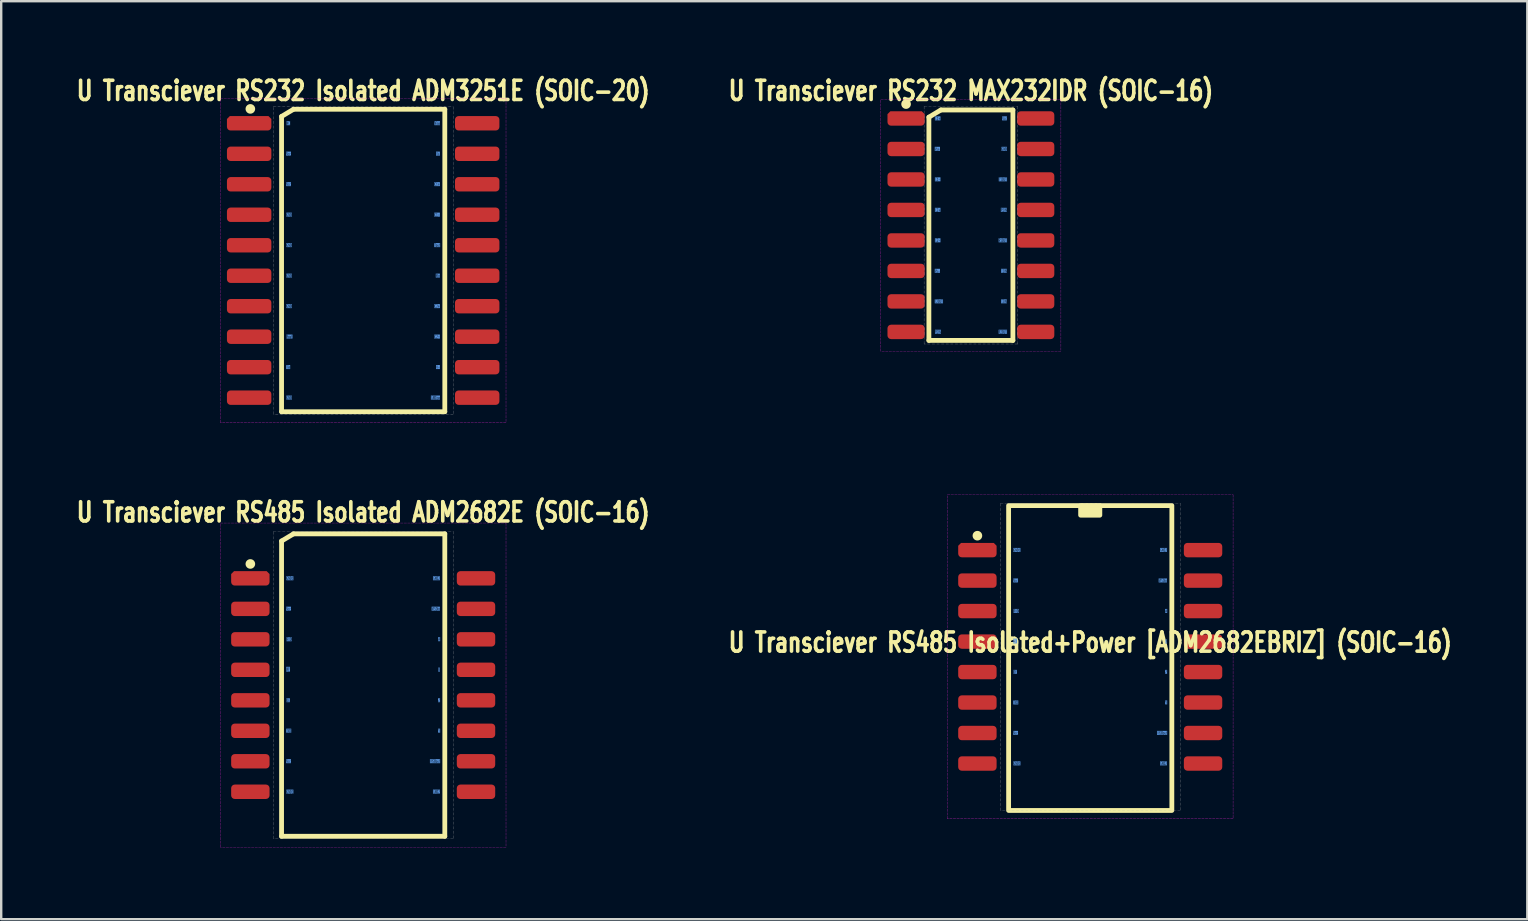
<source format=kicad_pcb>
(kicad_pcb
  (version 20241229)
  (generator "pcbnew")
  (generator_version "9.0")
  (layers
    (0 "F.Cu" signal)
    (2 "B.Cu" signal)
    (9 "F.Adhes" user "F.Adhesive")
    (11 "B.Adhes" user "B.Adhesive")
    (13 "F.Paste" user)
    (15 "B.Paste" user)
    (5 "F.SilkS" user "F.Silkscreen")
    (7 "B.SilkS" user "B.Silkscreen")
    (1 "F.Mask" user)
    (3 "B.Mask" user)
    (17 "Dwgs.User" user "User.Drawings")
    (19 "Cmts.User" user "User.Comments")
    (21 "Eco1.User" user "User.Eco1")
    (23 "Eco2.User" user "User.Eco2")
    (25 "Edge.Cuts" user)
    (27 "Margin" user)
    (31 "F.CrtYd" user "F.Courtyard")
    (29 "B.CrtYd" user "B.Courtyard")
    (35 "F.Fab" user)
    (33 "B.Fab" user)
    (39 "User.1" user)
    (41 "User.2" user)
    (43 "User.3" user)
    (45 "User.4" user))
  (footprint "U Transciever RS485 Isolated ADM2682E (SOIC-16)"
    (layer "F.Cu")
    (at 12.079 25.488)
    (property "Reference" "U Transciever RS485 Isolated ADM2682E (SOIC-16)" (at 0 -7.2 0) (layer "F.SilkS") (effects (font (size 0.8 0.6) (thickness 0.15))))
    (attr smd)
    (fp_line (start -3.4 -6) (end -2.9 -6.3) (stroke (width 0.2) (type default)) (layer "F.SilkS"))
    (fp_line (start -3.4 6.3) (end -3.4 -6) (stroke (width 0.2) (type default)) (layer "F.SilkS"))
    (fp_line (start -2.9 -6.3) (end 3.4 -6.3) (stroke (width 0.2) (type default)) (layer "F.SilkS"))
    (fp_line (start 3.4 -6.3) (end 3.4 6.3) (stroke (width 0.2) (type default)) (layer "F.SilkS"))
    (fp_line (start 3.4 6.3) (end -3.4 6.3) (stroke (width 0.2) (type default)) (layer "F.SilkS"))
    (fp_circle (center -4.7 -5.045) (end -4.55 -5.045) (stroke (width 0.1) (type solid)) (fill yes) (layer "F.SilkS"))
    (fp_rect (start -5.95 -6.75) (end 5.95 6.75) (stroke (width 0.01) (type dash)) (fill no) (layer "F.CrtYd"))
    (fp_rect (start -3.75 -6.4) (end 3.75 6.4) (stroke (width 0.01) (type dash_dot)) (fill no) (layer "F.Fab"))
    (fp_text user "GND1" (at -3.2 4.445 0) (layer "Cmts.User" knockout) (effects (font (size 0.13 0.07) (thickness 0.01)) (justify left)))
    (fp_text user "TXD" (at -3.2 1.905 0) (layer "Cmts.User" knockout) (effects (font (size 0.13 0.07) (thickness 0.01)) (justify left)))
    (fp_text user "Vcc" (at -3.2 -3.175 0) (layer "Cmts.User" knockout) (effects (font (size 0.13 0.07) (thickness 0.01)) (justify left)))
    (fp_text user "RXD" (at -3.2 -1.905 0) (layer "Cmts.User" knockout) (effects (font (size 0.13 0.07) (thickness 0.01)) (justify left)))
    (fp_text user "GND2" (at 3.2 4.445 0) (layer "Cmts.User" knockout) (effects (font (size 0.13 0.07) (thickness 0.01)) (justify right)))
    (fp_text user "Z" (at 3.2 0.635 0) (layer "Cmts.User" knockout) (effects (font (size 0.13 0.07) (thickness 0.01) (bold yes)) (justify right)))
    (fp_text user "VISOin" (at 3.2 -3.175 0) (layer "Cmts.User" knockout) (effects (font (size 0.13 0.07) (thickness 0.01)) (justify right)))
    (fp_text user "GND2" (at 3.2 -4.445 0) (layer "Cmts.User" knockout) (effects (font (size 0.13 0.07) (thickness 0.01) (bold yes)) (justify right)))
    (fp_text user "GND1" (at -3.2 -4.445 0) (layer "Cmts.User" knockout) (effects (font (size 0.13 0.07) (thickness 0.01) (bold yes)) (justify left)))
    (fp_text user "VISOout" (at 3.2 3.175 0) (layer "Cmts.User" knockout) (effects (font (size 0.13 0.07) (thickness 0.01)) (justify right)))
    (fp_text user "Y" (at 3.2 1.905 0) (layer "Cmts.User" knockout) (effects (font (size 0.13 0.07) (thickness 0.01) (bold yes)) (justify right)))
    (fp_text user "DE" (at -3.2 0.635 0) (layer "Cmts.User" knockout) (effects (font (size 0.13 0.07) (thickness 0.01)) (justify left)))
    (fp_text user "B" (at 3.2 -0.635 0) (layer "Cmts.User" knockout) (effects (font (size 0.13 0.07) (thickness 0.01) (bold yes)) (justify right)))
    (fp_text user "A" (at 3.2 -1.905 0) (layer "Cmts.User" knockout) (effects (font (size 0.13 0.07) (thickness 0.01)) (justify right)))
    (fp_text user "~{RE}" (at -3.2 -0.635 0) (layer "Cmts.User" knockout) (effects (font (size 0.13 0.07) (thickness 0.01) (bold yes)) (justify left)))
    (fp_text user "Vcc" (at -3.2 3.175 0) (layer "Cmts.User" knockout) (effects (font (size 0.13 0.07) (thickness 0.01)) (justify left)))
    (pad "1" smd roundrect (at -4.7 -4.445) (size 1.6 0.6) (layers "F.Cu" "F.Mask" "F.Paste") (roundrect_rratio 0.25) (chamfer_ratio 0.2) (chamfer top_left top_right))
    (pad "2" smd roundrect (at -4.7 -3.175) (size 1.6 0.6) (layers "F.Cu" "F.Mask" "F.Paste") (roundrect_rratio 0.25))
    (pad "3" smd roundrect (at -4.7 -1.905) (size 1.6 0.6) (layers "F.Cu" "F.Mask" "F.Paste") (roundrect_rratio 0.25))
    (pad "4" smd roundrect (at -4.7 -0.635) (size 1.6 0.6) (layers "F.Cu" "F.Mask" "F.Paste") (roundrect_rratio 0.25))
    (pad "5" smd roundrect (at -4.7 0.635) (size 1.6 0.6) (layers "F.Cu" "F.Mask" "F.Paste") (roundrect_rratio 0.25))
    (pad "6" smd roundrect (at -4.7 1.905) (size 1.6 0.6) (layers "F.Cu" "F.Mask" "F.Paste") (roundrect_rratio 0.25))
    (pad "7" smd roundrect (at -4.7 3.175) (size 1.6 0.6) (layers "F.Cu" "F.Mask" "F.Paste") (roundrect_rratio 0.25))
    (pad "8" smd roundrect (at -4.7 4.445) (size 1.6 0.6) (layers "F.Cu" "F.Mask" "F.Paste") (roundrect_rratio 0.25))
    (pad "9" smd roundrect (at 4.7 4.445) (size 1.6 0.6) (layers "F.Cu" "F.Mask" "F.Paste") (roundrect_rratio 0.25))
    (pad "10" smd roundrect (at 4.7 3.175) (size 1.6 0.6) (layers "F.Cu" "F.Mask" "F.Paste") (roundrect_rratio 0.25))
    (pad "11" smd roundrect (at 4.7 1.905) (size 1.6 0.6) (layers "F.Cu" "F.Mask" "F.Paste") (roundrect_rratio 0.25))
    (pad "12" smd roundrect (at 4.7 0.635) (size 1.6 0.6) (layers "F.Cu" "F.Mask" "F.Paste") (roundrect_rratio 0.25))
    (pad "13" smd roundrect (at 4.7 -0.635) (size 1.6 0.6) (layers "F.Cu" "F.Mask" "F.Paste") (roundrect_rratio 0.25))
    (pad "14" smd roundrect (at 4.7 -1.905) (size 1.6 0.6) (layers "F.Cu" "F.Mask" "F.Paste") (roundrect_rratio 0.25))
    (pad "15" smd roundrect (at 4.7 -3.175) (size 1.6 0.6) (layers "F.Cu" "F.Mask" "F.Paste") (roundrect_rratio 0.25))
    (pad "16" smd roundrect (at 4.7 -4.445) (size 1.6 0.6) (layers "F.Cu" "F.Mask" "F.Paste") (roundrect_rratio 0.25)))
  (footprint "U Transciever RS232 MAX232IDR (SOIC-16)"
    (layer "F.Cu")
    (at 37.395 6.331)
    (property "Reference" "U Transciever RS232 MAX232IDR (SOIC-16)" (at 0 -5.6 0) (layer "F.SilkS") (effects (font (size 0.8 0.6) (thickness 0.15))))
    (attr smd)
    (fp_line (start -1.75 -4.5) (end -1.25 -4.8) (stroke (width 0.2) (type default)) (layer "F.SilkS"))
    (fp_line (start -1.75 4.8) (end -1.75 -4.5) (stroke (width 0.2) (type default)) (layer "F.SilkS"))
    (fp_line (start -1.25 -4.8) (end 1.75 -4.8) (stroke (width 0.2) (type default)) (layer "F.SilkS"))
    (fp_line (start 1.75 -4.8) (end 1.75 4.8) (stroke (width 0.2) (type default)) (layer "F.SilkS"))
    (fp_line (start 1.75 4.8) (end -1.75 4.8) (stroke (width 0.2) (type default)) (layer "F.SilkS"))
    (fp_circle (center -2.7 -5.045) (end -2.55 -5.045) (stroke (width 0.1) (type solid)) (fill yes) (layer "F.SilkS"))
    (fp_rect (start -3.75 -5.25) (end 3.75 5.25) (stroke (width 0.01) (type dash)) (fill no) (layer "F.CrtYd"))
    (fp_rect (start -1.95 -4.95) (end 1.95 4.95) (stroke (width 0.01) (type dash_dot)) (fill no) (layer "F.Fab"))
    (fp_text user "C1-" (at -1.5 -1.905 0) (layer "Cmts.User" knockout) (effects (font (size 0.13 0.07) (thickness 0.01)) (justify left)))
    (fp_text user "Vs+" (at -1.5 -3.175 0) (layer "Cmts.User" knockout) (effects (font (size 0.13 0.07) (thickness 0.01)) (justify left)))
    (fp_text user "R1OUT" (at 1.5 0.635 0) (layer "Cmts.User" knockout) (effects (font (size 0.13 0.07) (thickness 0.01)) (justify right)))
    (fp_text user "GND" (at 1.5 -3.175 0) (layer "Cmts.User" knockout) (effects (font (size 0.13 0.07) (thickness 0.01) (bold yes)) (justify right)))
    (fp_text user "T2OUT" (at -1.5 3.175 0) (layer "Cmts.User" knockout) (effects (font (size 0.13 0.07) (thickness 0.01)) (justify left)))
    (fp_text user "Vcc" (at 1.5 -4.445 0) (layer "Cmts.User" knockout) (effects (font (size 0.13 0.07) (thickness 0.01) (bold yes)) (justify right)))
    (fp_text user "R1IN" (at 1.5 -0.635 0) (layer "Cmts.User" knockout) (effects (font (size 0.13 0.07) (thickness 0.01) (bold yes)) (justify right)))
    (fp_text user "T2IN" (at 1.5 3.175 0) (layer "Cmts.User" knockout) (effects (font (size 0.13 0.07) (thickness 0.01)) (justify right)))
    (fp_text user "C1+" (at -1.5 -4.445 0) (layer "Cmts.User" knockout) (effects (font (size 0.13 0.07) (thickness 0.01)) (justify left)))
    (fp_text user "T1OUT" (at 1.5 -1.905 0) (layer "Cmts.User" knockout) (effects (font (size 0.13 0.07) (thickness 0.01)) (justify right)))
    (fp_text user "R2IN" (at -1.5 4.445 0) (layer "Cmts.User" knockout) (effects (font (size 0.13 0.07) (thickness 0.01)) (justify left)))
    (fp_text user "T1IN" (at 1.5 1.905 0) (layer "Cmts.User" knockout) (effects (font (size 0.13 0.07) (thickness 0.01)) (justify right)))
    (fp_text user "C2-" (at -1.5 0.635 0) (layer "Cmts.User" knockout) (effects (font (size 0.13 0.07) (thickness 0.01)) (justify left)))
    (fp_text user "Vs-" (at -1.5 1.905 0) (layer "Cmts.User" knockout) (effects (font (size 0.13 0.07) (thickness 0.01)) (justify left)))
    (fp_text user "C2+" (at -1.5 -0.635 0) (layer "Cmts.User" knockout) (effects (font (size 0.13 0.07) (thickness 0.01)) (justify left)))
    (fp_text user "R2OUT" (at 1.5 4.445 0) (layer "Cmts.User" knockout) (effects (font (size 0.13 0.07) (thickness 0.01)) (justify right)))
    (pad "1" smd roundrect (at -2.7 -4.445) (size 1.55 0.6) (layers "F.Cu" "F.Mask" "F.Paste") (roundrect_rratio 0.25) (chamfer_ratio 0.2) (chamfer top_left top_right))
    (pad "2" smd roundrect (at -2.7 -3.175) (size 1.55 0.6) (layers "F.Cu" "F.Mask" "F.Paste") (roundrect_rratio 0.25))
    (pad "3" smd roundrect (at -2.7 -1.905) (size 1.55 0.6) (layers "F.Cu" "F.Mask" "F.Paste") (roundrect_rratio 0.25))
    (pad "4" smd roundrect (at -2.7 -0.635) (size 1.55 0.6) (layers "F.Cu" "F.Mask" "F.Paste") (roundrect_rratio 0.25))
    (pad "5" smd roundrect (at -2.7 0.635) (size 1.55 0.6) (layers "F.Cu" "F.Mask" "F.Paste") (roundrect_rratio 0.25))
    (pad "6" smd roundrect (at -2.7 1.905) (size 1.55 0.6) (layers "F.Cu" "F.Mask" "F.Paste") (roundrect_rratio 0.25))
    (pad "7" smd roundrect (at -2.7 3.175) (size 1.55 0.6) (layers "F.Cu" "F.Mask" "F.Paste") (roundrect_rratio 0.25))
    (pad "8" smd roundrect (at -2.7 4.445) (size 1.55 0.6) (layers "F.Cu" "F.Mask" "F.Paste") (roundrect_rratio 0.25))
    (pad "9" smd roundrect (at 2.7 4.445) (size 1.55 0.6) (layers "F.Cu" "F.Mask" "F.Paste") (roundrect_rratio 0.25))
    (pad "10" smd roundrect (at 2.7 3.175) (size 1.55 0.6) (layers "F.Cu" "F.Mask" "F.Paste") (roundrect_rratio 0.25))
    (pad "11" smd roundrect (at 2.7 1.905) (size 1.55 0.6) (layers "F.Cu" "F.Mask" "F.Paste") (roundrect_rratio 0.25))
    (pad "12" smd roundrect (at 2.7 0.635) (size 1.55 0.6) (layers "F.Cu" "F.Mask" "F.Paste") (roundrect_rratio 0.25))
    (pad "13" smd roundrect (at 2.7 -0.635) (size 1.55 0.6) (layers "F.Cu" "F.Mask" "F.Paste") (roundrect_rratio 0.25))
    (pad "14" smd roundrect (at 2.7 -1.905) (size 1.55 0.6) (layers "F.Cu" "F.Mask" "F.Paste") (roundrect_rratio 0.25))
    (pad "15" smd roundrect (at 2.7 -3.175) (size 1.55 0.6) (layers "F.Cu" "F.Mask" "F.Paste") (roundrect_rratio 0.25))
    (pad "16" smd roundrect (at 2.7 -4.445) (size 1.55 0.6) (layers "F.Cu" "F.Mask" "F.Paste") (roundrect_rratio 0.25)))
  (footprint "U Transciever RS485 Isolated+Power [ADM2682EBRIZ] (SOIC-16)"
    (layer "F.Cu")
    (at 42.366 24.311)
    (property "Reference" "U Transciever RS485 Isolated+Power [ADM2682EBRIZ] (SOIC-16)" (at 0 -0.6 0) (layer "F.SilkS") (effects (font (size 0.8 0.6) (thickness 0.15))))
    (attr smd)
    (fp_rect (start -3.4 -6.3) (end 3.4 6.4) (stroke (width 0.2) (type default)) (fill no) (layer "F.SilkS"))
    (fp_rect (start -0.4 -6.3) (end 0.4 -5.9) (stroke (width 0.2) (type solid)) (fill yes) (layer "F.SilkS"))
    (fp_circle (center -4.7 -5.045) (end -4.55 -5.045) (stroke (width 0.1) (type solid)) (fill yes) (layer "F.SilkS"))
    (fp_rect (start -5.95 -6.75) (end 5.95 6.75) (stroke (width 0.01) (type dash)) (fill no) (layer "F.CrtYd"))
    (fp_rect (start -3.75 -6.4) (end 3.75 6.4) (stroke (width 0.01) (type dash_dot)) (fill no) (layer "F.Fab"))
    (fp_text user "~{RE}" (at -3.2 -0.635 0) (layer "Cmts.User" knockout) (effects (font (size 0.13 0.07) (thickness 0.01) (bold yes)) (justify left)))
    (fp_text user "GND2" (at 3.2 4.445 0) (layer "Cmts.User" knockout) (effects (font (size 0.13 0.07) (thickness 0.01)) (justify right)))
    (fp_text user "GND1" (at -3.2 4.445 0) (layer "Cmts.User" knockout) (effects (font (size 0.13 0.07) (thickness 0.01)) (justify left)))
    (fp_text user "B" (at 3.2 -0.635 0) (layer "Cmts.User" knockout) (effects (font (size 0.13 0.07) (thickness 0.01) (bold yes)) (justify right)))
    (fp_text user "RXD" (at -3.2 -1.905 0) (layer "Cmts.User" knockout) (effects (font (size 0.13 0.07) (thickness 0.01)) (justify left)))
    (fp_text user "Z" (at 3.2 0.635 0) (layer "Cmts.User" knockout) (effects (font (size 0.13 0.07) (thickness 0.01) (bold yes)) (justify right)))
    (fp_text user "VISOout" (at 3.2 3.175 0) (layer "Cmts.User" knockout) (effects (font (size 0.13 0.07) (thickness 0.01)) (justify right)))
    (fp_text user "GND2" (at 3.2 -4.445 0) (layer "Cmts.User" knockout) (effects (font (size 0.13 0.07) (thickness 0.01) (bold yes)) (justify right)))
    (fp_text user "Y" (at 3.2 1.905 0) (layer "Cmts.User" knockout) (effects (font (size 0.13 0.07) (thickness 0.01) (bold yes)) (justify right)))
    (fp_text user "Vcc" (at -3.2 3.175 0) (layer "Cmts.User" knockout) (effects (font (size 0.13 0.07) (thickness 0.01)) (justify left)))
    (fp_text user "VISOin" (at 3.2 -3.175 0) (layer "Cmts.User" knockout) (effects (font (size 0.13 0.07) (thickness 0.01)) (justify right)))
    (fp_text user "A" (at 3.2 -1.905 0) (layer "Cmts.User" knockout) (effects (font (size 0.13 0.07) (thickness 0.01)) (justify right)))
    (fp_text user "GND1" (at -3.2 -4.445 0) (layer "Cmts.User" knockout) (effects (font (size 0.13 0.07) (thickness 0.01) (bold yes)) (justify left)))
    (fp_text user "Vcc" (at -3.2 -3.175 0) (layer "Cmts.User" knockout) (effects (font (size 0.13 0.07) (thickness 0.01)) (justify left)))
    (fp_text user "DE" (at -3.2 0.635 0) (layer "Cmts.User" knockout) (effects (font (size 0.13 0.07) (thickness 0.01)) (justify left)))
    (fp_text user "TXD" (at -3.2 1.905 0) (layer "Cmts.User" knockout) (effects (font (size 0.13 0.07) (thickness 0.01)) (justify left)))
    (pad "1" smd roundrect (at -4.7 -4.445) (size 1.6 0.6) (layers "F.Cu" "F.Mask" "F.Paste") (roundrect_rratio 0.25) (chamfer_ratio 0.2) (chamfer top_left top_right))
    (pad "2" smd roundrect (at -4.7 -3.175) (size 1.6 0.6) (layers "F.Cu" "F.Mask" "F.Paste") (roundrect_rratio 0.25))
    (pad "3" smd roundrect (at -4.7 -1.905) (size 1.6 0.6) (layers "F.Cu" "F.Mask" "F.Paste") (roundrect_rratio 0.25))
    (pad "4" smd roundrect (at -4.7 -0.635) (size 1.6 0.6) (layers "F.Cu" "F.Mask" "F.Paste") (roundrect_rratio 0.25))
    (pad "5" smd roundrect (at -4.7 0.635) (size 1.6 0.6) (layers "F.Cu" "F.Mask" "F.Paste") (roundrect_rratio 0.25))
    (pad "6" smd roundrect (at -4.7 1.905) (size 1.6 0.6) (layers "F.Cu" "F.Mask" "F.Paste") (roundrect_rratio 0.25))
    (pad "7" smd roundrect (at -4.7 3.175) (size 1.6 0.6) (layers "F.Cu" "F.Mask" "F.Paste") (roundrect_rratio 0.25))
    (pad "8" smd roundrect (at -4.7 4.445) (size 1.6 0.6) (layers "F.Cu" "F.Mask" "F.Paste") (roundrect_rratio 0.25))
    (pad "9" smd roundrect (at 4.7 4.445) (size 1.6 0.6) (layers "F.Cu" "F.Mask" "F.Paste") (roundrect_rratio 0.25))
    (pad "10" smd roundrect (at 4.7 3.175) (size 1.6 0.6) (layers "F.Cu" "F.Mask" "F.Paste") (roundrect_rratio 0.25))
    (pad "11" smd roundrect (at 4.7 1.905) (size 1.6 0.6) (layers "F.Cu" "F.Mask" "F.Paste") (roundrect_rratio 0.25))
    (pad "12" smd roundrect (at 4.7 0.635) (size 1.6 0.6) (layers "F.Cu" "F.Mask" "F.Paste") (roundrect_rratio 0.25))
    (pad "13" smd roundrect (at 4.7 -0.635) (size 1.6 0.6) (layers "F.Cu" "F.Mask" "F.Paste") (roundrect_rratio 0.25))
    (pad "14" smd roundrect (at 4.7 -1.905) (size 1.6 0.6) (layers "F.Cu" "F.Mask" "F.Paste") (roundrect_rratio 0.25))
    (pad "15" smd roundrect (at 4.7 -3.175) (size 1.6 0.6) (layers "F.Cu" "F.Mask" "F.Paste") (roundrect_rratio 0.25))
    (pad "16" smd roundrect (at 4.7 -4.445) (size 1.6 0.6) (layers "F.Cu" "F.Mask" "F.Paste") (roundrect_rratio 0.25)))
  (footprint "U Transciever RS232 Isolated ADM3251E (SOIC-20)"
    (layer "F.Cu")
    (at 12.079 7.801)
    (property "Reference" "U Transciever RS232 Isolated ADM3251E (SOIC-20)" (at 0 -7.07 0) (layer "F.SilkS") (effects (font (size 0.8 0.6) (thickness 0.15))))
    (attr smd)
    (fp_line (start -3.4 -6) (end -2.9 -6.3) (stroke (width 0.2) (type default)) (layer "F.SilkS"))
    (fp_line (start -3.4 6.3) (end -3.4 -6) (stroke (width 0.2) (type default)) (layer "F.SilkS"))
    (fp_line (start -2.9 -6.3) (end 3.4 -6.3) (stroke (width 0.2) (type default)) (layer "F.SilkS"))
    (fp_line (start 3.4 -6.3) (end 3.4 6.3) (stroke (width 0.2) (type default)) (layer "F.SilkS"))
    (fp_line (start 3.4 6.3) (end -3.4 6.3) (stroke (width 0.2) (type default)) (layer "F.SilkS"))
    (fp_circle (center -4.7 -6.315) (end -4.55 -6.315) (stroke (width 0.1) (type solid)) (fill yes) (layer "F.SilkS"))
    (fp_rect (start -5.95 -6.75) (end 5.95 6.75) (stroke (width 0.01) (type dash)) (fill no) (layer "F.CrtYd"))
    (fp_rect (start -3.75 -6.4) (end 3.75 6.4) (stroke (width 0.01) (type dash_dot)) (fill no) (layer "F.Fab"))
    (fp_text user "Tin" (at -3.2 4.445 0) (layer "Cmts.User" knockout) (effects (font (size 0.13 0.07) (thickness 0.01)) (justify left)))
    (fp_text user "Rout" (at -3.2 3.175 0) (layer "Cmts.User" knockout) (effects (font (size 0.13 0.07) (thickness 0.01)) (justify left)))
    (fp_text user "C2-" (at 3.2 3.175 0) (layer "Cmts.User" knockout) (effects (font (size 0.13 0.07) (thickness 0.01)) (justify right)))
    (fp_text user "Rin" (at 3.2 0.635 0) (layer "Cmts.User" knockout) (effects (font (size 0.13 0.07) (thickness 0.01) (bold yes)) (justify right)))
    (fp_text user "Vcc" (at -3.2 -4.445 0) (layer "Cmts.User" knockout) (effects (font (size 0.13 0.07) (thickness 0.01)) (justify left)))
    (fp_text user "GND" (at -3.2 1.905 0) (layer "Cmts.User" knockout) (effects (font (size 0.13 0.07) (thickness 0.01)) (justify left)))
    (fp_text user "GND" (at -3.2 -1.905 0) (layer "Cmts.User" knockout) (effects (font (size 0.13 0.07) (thickness 0.01) (bold yes)) (justify left)))
    (fp_text user "GND" (at -3.2 5.715 0) (layer "Cmts.User" knockout) (effects (font (size 0.13 0.07) (thickness 0.01)) (justify left)))
    (fp_text user "Tout" (at 3.2 -0.635 0) (layer "Cmts.User" knockout) (effects (font (size 0.13 0.07) (thickness 0.01) (bold yes)) (justify right)))
    (fp_text user "V+" (at 3.2 -4.445 0) (layer "Cmts.User" knockout) (effects (font (size 0.13 0.07) (thickness 0.01)) (justify right)))
    (fp_text user "GNDiso" (at 3.2 5.715 0) (layer "Cmts.User" knockout) (effects (font (size 0.13 0.07) (thickness 0.01)) (justify right)))
    (fp_text user "NC" (at -3.2 -5.715 0) (layer "Cmts.User" knockout) (effects (font (size 0.13 0.07) (thickness 0.01) (bold yes)) (justify left)))
    (fp_text user "C1-" (at 3.2 -1.905 0) (layer "Cmts.User" knockout) (effects (font (size 0.13 0.07) (thickness 0.01) (bold yes)) (justify right)))
    (fp_text user "C2+" (at 3.2 1.905 0) (layer "Cmts.User" knockout) (effects (font (size 0.13 0.07) (thickness 0.01)) (justify right)))
    (fp_text user "V-" (at 3.2 4.445 0) (layer "Cmts.User" knockout) (effects (font (size 0.13 0.07) (thickness 0.01)) (justify right)))
    (fp_text user "GND" (at -3.2 0.635 0) (layer "Cmts.User" knockout) (effects (font (size 0.13 0.07) (thickness 0.01)) (justify left)))
    (fp_text user "C1+" (at 3.2 -3.175 0) (layer "Cmts.User" knockout) (effects (font (size 0.13 0.07) (thickness 0.01)) (justify right)))
    (fp_text user "Vcc" (at -3.2 -3.175 0) (layer "Cmts.User" knockout) (effects (font (size 0.13 0.07) (thickness 0.01)) (justify left)))
    (fp_text user "Viso" (at 3.2 -5.715 0) (layer "Cmts.User" knockout) (effects (font (size 0.13 0.07) (thickness 0.01) (bold yes)) (justify right)))
    (fp_text user "GND" (at -3.2 -0.635 0) (layer "Cmts.User" knockout) (effects (font (size 0.13 0.07) (thickness 0.01)) (justify left)))
    (pad "1" smd roundrect (at -4.75 -5.715) (size 1.85 0.6) (layers "F.Cu" "F.Mask" "F.Paste") (roundrect_rratio 0.25) (chamfer_ratio 0.2) (chamfer top_left top_right))
    (pad "2" smd roundrect (at -4.75 -4.445) (size 1.85 0.6) (layers "F.Cu" "F.Mask" "F.Paste") (roundrect_rratio 0.25))
    (pad "3" smd roundrect (at -4.75 -3.175) (size 1.85 0.6) (layers "F.Cu" "F.Mask" "F.Paste") (roundrect_rratio 0.25))
    (pad "4" smd roundrect (at -4.75 -1.905) (size 1.85 0.6) (layers "F.Cu" "F.Mask" "F.Paste") (roundrect_rratio 0.25))
    (pad "5" smd roundrect (at -4.75 -0.635) (size 1.85 0.6) (layers "F.Cu" "F.Mask" "F.Paste") (roundrect_rratio 0.25))
    (pad "6" smd roundrect (at -4.75 0.635) (size 1.85 0.6) (layers "F.Cu" "F.Mask" "F.Paste") (roundrect_rratio 0.25))
    (pad "7" smd roundrect (at -4.75 1.905) (size 1.85 0.6) (layers "F.Cu" "F.Mask" "F.Paste") (roundrect_rratio 0.25))
    (pad "8" smd roundrect (at -4.75 3.175) (size 1.85 0.6) (layers "F.Cu" "F.Mask" "F.Paste") (roundrect_rratio 0.25))
    (pad "9" smd roundrect (at -4.75 4.445) (size 1.85 0.6) (layers "F.Cu" "F.Mask" "F.Paste") (roundrect_rratio 0.25))
    (pad "10" smd roundrect (at -4.75 5.715) (size 1.85 0.6) (layers "F.Cu" "F.Mask" "F.Paste") (roundrect_rratio 0.25))
    (pad "11" smd roundrect (at 4.75 5.715) (size 1.85 0.6) (layers "F.Cu" "F.Mask" "F.Paste") (roundrect_rratio 0.25))
    (pad "12" smd roundrect (at 4.75 4.445) (size 1.85 0.6) (layers "F.Cu" "F.Mask" "F.Paste") (roundrect_rratio 0.25))
    (pad "13" smd roundrect (at 4.75 3.175) (size 1.85 0.6) (layers "F.Cu" "F.Mask" "F.Paste") (roundrect_rratio 0.25))
    (pad "14" smd roundrect (at 4.75 1.905) (size 1.85 0.6) (layers "F.Cu" "F.Mask" "F.Paste") (roundrect_rratio 0.25))
    (pad "15" smd roundrect (at 4.75 0.635) (size 1.85 0.6) (layers "F.Cu" "F.Mask" "F.Paste") (roundrect_rratio 0.25))
    (pad "16" smd roundrect (at 4.75 -0.635) (size 1.85 0.6) (layers "F.Cu" "F.Mask" "F.Paste") (roundrect_rratio 0.25))
    (pad "17" smd roundrect (at 4.75 -1.905) (size 1.85 0.6) (layers "F.Cu" "F.Mask" "F.Paste") (roundrect_rratio 0.25))
    (pad "18" smd roundrect (at 4.75 -3.175) (size 1.85 0.6) (layers "F.Cu" "F.Mask" "F.Paste") (roundrect_rratio 0.25))
    (pad "19" smd roundrect (at 4.75 -4.445) (size 1.85 0.6) (layers "F.Cu" "F.Mask" "F.Paste") (roundrect_rratio 0.25))
    (pad "20" smd roundrect (at 4.75 -5.715) (size 1.85 0.6) (layers "F.Cu" "F.Mask" "F.Paste") (roundrect_rratio 0.25)))
  (gr_rect
    (start -3 -3)
    (end 60.574 35.242)
    (stroke (width 0.1) (type default))
    (fill no)
    (layer "Edge.Cuts")))
</source>
